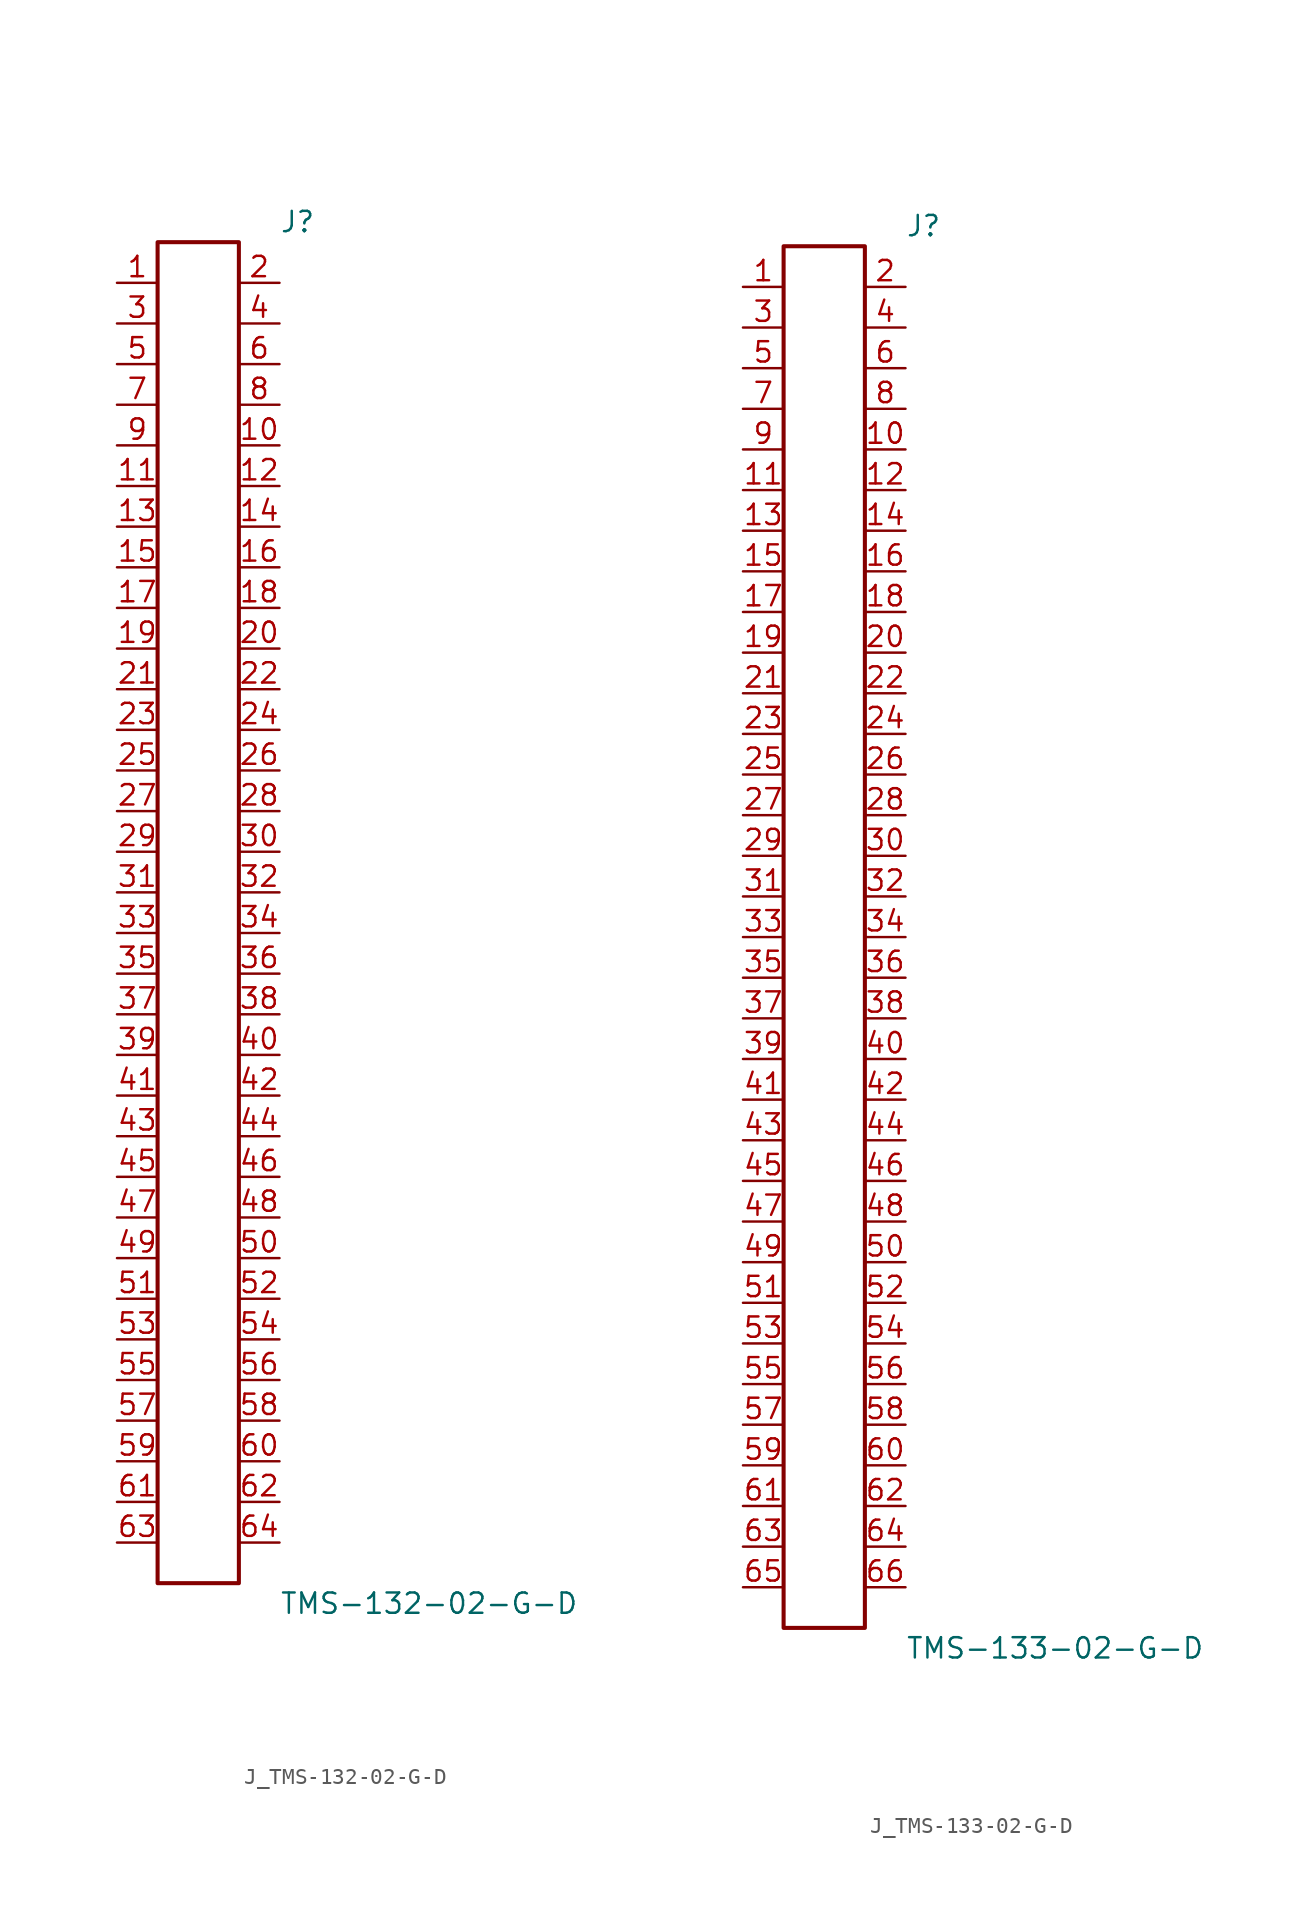
<source format=kicad_sym>
(kicad_symbol_lib
  (version 20231120)
  (generator kicad_symbol_editor)
  (generator_version 8.0)
  (symbol "J_TMS-132-02-G-D"
    (pin_names
      (offset 0.254))
    (property "Reference" "J"
      (at 5.08 43.18 0)
      (effects (font (size 1.27 1.27)) (justify left)))
    (property "Value" "TMS-132-02-G-D"
      (at 5.08 -43.18 0)
      (effects (font (size 1.27 1.27)) (justify left)))
    (symbol "J_TMS-132-02-G-D_0_0"
      (pin unspecified line (at -5.08 39.37 0) (length 2.54) (name "" (effects (font (size 1.27 1.27)))) (number "1" (effects (font (size 1.27 1.27)))))
      (pin unspecified line (at 5.08 39.37 180) (length 2.54) (name "" (effects (font (size 1.27 1.27)))) (number "2" (effects (font (size 1.27 1.27)))))
      (pin unspecified line (at -5.08 36.83 0) (length 2.54) (name "" (effects (font (size 1.27 1.27)))) (number "3" (effects (font (size 1.27 1.27)))))
      (pin unspecified line (at 5.08 36.83 180) (length 2.54) (name "" (effects (font (size 1.27 1.27)))) (number "4" (effects (font (size 1.27 1.27)))))
      (pin unspecified line (at -5.08 34.29 0) (length 2.54) (name "" (effects (font (size 1.27 1.27)))) (number "5" (effects (font (size 1.27 1.27)))))
      (pin unspecified line (at 5.08 34.29 180) (length 2.54) (name "" (effects (font (size 1.27 1.27)))) (number "6" (effects (font (size 1.27 1.27)))))
      (pin unspecified line (at -5.08 31.75 0) (length 2.54) (name "" (effects (font (size 1.27 1.27)))) (number "7" (effects (font (size 1.27 1.27)))))
      (pin unspecified line (at 5.08 31.75 180) (length 2.54) (name "" (effects (font (size 1.27 1.27)))) (number "8" (effects (font (size 1.27 1.27)))))
      (pin unspecified line (at -5.08 29.21 0) (length 2.54) (name "" (effects (font (size 1.27 1.27)))) (number "9" (effects (font (size 1.27 1.27)))))
      (pin unspecified line (at 5.08 29.21 180) (length 2.54) (name "" (effects (font (size 1.27 1.27)))) (number "10" (effects (font (size 1.27 1.27)))))
      (pin unspecified line (at -5.08 26.67 0) (length 2.54) (name "" (effects (font (size 1.27 1.27)))) (number "11" (effects (font (size 1.27 1.27)))))
      (pin unspecified line (at 5.08 26.67 180) (length 2.54) (name "" (effects (font (size 1.27 1.27)))) (number "12" (effects (font (size 1.27 1.27)))))
      (pin unspecified line (at -5.08 24.13 0) (length 2.54) (name "" (effects (font (size 1.27 1.27)))) (number "13" (effects (font (size 1.27 1.27)))))
      (pin unspecified line (at 5.08 24.13 180) (length 2.54) (name "" (effects (font (size 1.27 1.27)))) (number "14" (effects (font (size 1.27 1.27)))))
      (pin unspecified line (at -5.08 21.59 0) (length 2.54) (name "" (effects (font (size 1.27 1.27)))) (number "15" (effects (font (size 1.27 1.27)))))
      (pin unspecified line (at 5.08 21.59 180) (length 2.54) (name "" (effects (font (size 1.27 1.27)))) (number "16" (effects (font (size 1.27 1.27)))))
      (pin unspecified line (at -5.08 19.05 0) (length 2.54) (name "" (effects (font (size 1.27 1.27)))) (number "17" (effects (font (size 1.27 1.27)))))
      (pin unspecified line (at 5.08 19.05 180) (length 2.54) (name "" (effects (font (size 1.27 1.27)))) (number "18" (effects (font (size 1.27 1.27)))))
      (pin unspecified line (at -5.08 16.51 0) (length 2.54) (name "" (effects (font (size 1.27 1.27)))) (number "19" (effects (font (size 1.27 1.27)))))
      (pin unspecified line (at 5.08 16.51 180) (length 2.54) (name "" (effects (font (size 1.27 1.27)))) (number "20" (effects (font (size 1.27 1.27)))))
      (pin unspecified line (at -5.08 13.97 0) (length 2.54) (name "" (effects (font (size 1.27 1.27)))) (number "21" (effects (font (size 1.27 1.27)))))
      (pin unspecified line (at 5.08 13.97 180) (length 2.54) (name "" (effects (font (size 1.27 1.27)))) (number "22" (effects (font (size 1.27 1.27)))))
      (pin unspecified line (at -5.08 11.43 0) (length 2.54) (name "" (effects (font (size 1.27 1.27)))) (number "23" (effects (font (size 1.27 1.27)))))
      (pin unspecified line (at 5.08 11.43 180) (length 2.54) (name "" (effects (font (size 1.27 1.27)))) (number "24" (effects (font (size 1.27 1.27)))))
      (pin unspecified line (at -5.08 8.89 0) (length 2.54) (name "" (effects (font (size 1.27 1.27)))) (number "25" (effects (font (size 1.27 1.27)))))
      (pin unspecified line (at 5.08 8.89 180) (length 2.54) (name "" (effects (font (size 1.27 1.27)))) (number "26" (effects (font (size 1.27 1.27)))))
      (pin unspecified line (at -5.08 6.35 0) (length 2.54) (name "" (effects (font (size 1.27 1.27)))) (number "27" (effects (font (size 1.27 1.27)))))
      (pin unspecified line (at 5.08 6.35 180) (length 2.54) (name "" (effects (font (size 1.27 1.27)))) (number "28" (effects (font (size 1.27 1.27)))))
      (pin unspecified line (at -5.08 3.81 0) (length 2.54) (name "" (effects (font (size 1.27 1.27)))) (number "29" (effects (font (size 1.27 1.27)))))
      (pin unspecified line (at 5.08 3.81 180) (length 2.54) (name "" (effects (font (size 1.27 1.27)))) (number "30" (effects (font (size 1.27 1.27)))))
      (pin unspecified line (at -5.08 1.27 0) (length 2.54) (name "" (effects (font (size 1.27 1.27)))) (number "31" (effects (font (size 1.27 1.27)))))
      (pin unspecified line (at 5.08 1.27 180) (length 2.54) (name "" (effects (font (size 1.27 1.27)))) (number "32" (effects (font (size 1.27 1.27)))))
      (pin unspecified line (at -5.08 -1.27 0) (length 2.54) (name "" (effects (font (size 1.27 1.27)))) (number "33" (effects (font (size 1.27 1.27)))))
      (pin unspecified line (at 5.08 -1.27 180) (length 2.54) (name "" (effects (font (size 1.27 1.27)))) (number "34" (effects (font (size 1.27 1.27)))))
      (pin unspecified line (at -5.08 -3.81 0) (length 2.54) (name "" (effects (font (size 1.27 1.27)))) (number "35" (effects (font (size 1.27 1.27)))))
      (pin unspecified line (at 5.08 -3.81 180) (length 2.54) (name "" (effects (font (size 1.27 1.27)))) (number "36" (effects (font (size 1.27 1.27)))))
      (pin unspecified line (at -5.08 -6.35 0) (length 2.54) (name "" (effects (font (size 1.27 1.27)))) (number "37" (effects (font (size 1.27 1.27)))))
      (pin unspecified line (at 5.08 -6.35 180) (length 2.54) (name "" (effects (font (size 1.27 1.27)))) (number "38" (effects (font (size 1.27 1.27)))))
      (pin unspecified line (at -5.08 -8.89 0) (length 2.54) (name "" (effects (font (size 1.27 1.27)))) (number "39" (effects (font (size 1.27 1.27)))))
      (pin unspecified line (at 5.08 -8.89 180) (length 2.54) (name "" (effects (font (size 1.27 1.27)))) (number "40" (effects (font (size 1.27 1.27)))))
      (pin unspecified line (at -5.08 -11.43 0) (length 2.54) (name "" (effects (font (size 1.27 1.27)))) (number "41" (effects (font (size 1.27 1.27)))))
      (pin unspecified line (at 5.08 -11.43 180) (length 2.54) (name "" (effects (font (size 1.27 1.27)))) (number "42" (effects (font (size 1.27 1.27)))))
      (pin unspecified line (at -5.08 -13.97 0) (length 2.54) (name "" (effects (font (size 1.27 1.27)))) (number "43" (effects (font (size 1.27 1.27)))))
      (pin unspecified line (at 5.08 -13.97 180) (length 2.54) (name "" (effects (font (size 1.27 1.27)))) (number "44" (effects (font (size 1.27 1.27)))))
      (pin unspecified line (at -5.08 -16.51 0) (length 2.54) (name "" (effects (font (size 1.27 1.27)))) (number "45" (effects (font (size 1.27 1.27)))))
      (pin unspecified line (at 5.08 -16.51 180) (length 2.54) (name "" (effects (font (size 1.27 1.27)))) (number "46" (effects (font (size 1.27 1.27)))))
      (pin unspecified line (at -5.08 -19.05 0) (length 2.54) (name "" (effects (font (size 1.27 1.27)))) (number "47" (effects (font (size 1.27 1.27)))))
      (pin unspecified line (at 5.08 -19.05 180) (length 2.54) (name "" (effects (font (size 1.27 1.27)))) (number "48" (effects (font (size 1.27 1.27)))))
      (pin unspecified line (at -5.08 -21.59 0) (length 2.54) (name "" (effects (font (size 1.27 1.27)))) (number "49" (effects (font (size 1.27 1.27)))))
      (pin unspecified line (at 5.08 -21.59 180) (length 2.54) (name "" (effects (font (size 1.27 1.27)))) (number "50" (effects (font (size 1.27 1.27)))))
      (pin unspecified line (at -5.08 -24.13 0) (length 2.54) (name "" (effects (font (size 1.27 1.27)))) (number "51" (effects (font (size 1.27 1.27)))))
      (pin unspecified line (at 5.08 -24.13 180) (length 2.54) (name "" (effects (font (size 1.27 1.27)))) (number "52" (effects (font (size 1.27 1.27)))))
      (pin unspecified line (at -5.08 -26.67 0) (length 2.54) (name "" (effects (font (size 1.27 1.27)))) (number "53" (effects (font (size 1.27 1.27)))))
      (pin unspecified line (at 5.08 -26.67 180) (length 2.54) (name "" (effects (font (size 1.27 1.27)))) (number "54" (effects (font (size 1.27 1.27)))))
      (pin unspecified line (at -5.08 -29.21 0) (length 2.54) (name "" (effects (font (size 1.27 1.27)))) (number "55" (effects (font (size 1.27 1.27)))))
      (pin unspecified line (at 5.08 -29.21 180) (length 2.54) (name "" (effects (font (size 1.27 1.27)))) (number "56" (effects (font (size 1.27 1.27)))))
      (pin unspecified line (at -5.08 -31.75 0) (length 2.54) (name "" (effects (font (size 1.27 1.27)))) (number "57" (effects (font (size 1.27 1.27)))))
      (pin unspecified line (at 5.08 -31.75 180) (length 2.54) (name "" (effects (font (size 1.27 1.27)))) (number "58" (effects (font (size 1.27 1.27)))))
      (pin unspecified line (at -5.08 -34.29 0) (length 2.54) (name "" (effects (font (size 1.27 1.27)))) (number "59" (effects (font (size 1.27 1.27)))))
      (pin unspecified line (at 5.08 -34.29 180) (length 2.54) (name "" (effects (font (size 1.27 1.27)))) (number "60" (effects (font (size 1.27 1.27)))))
      (pin unspecified line (at -5.08 -36.83 0) (length 2.54) (name "" (effects (font (size 1.27 1.27)))) (number "61" (effects (font (size 1.27 1.27)))))
      (pin unspecified line (at 5.08 -36.83 180) (length 2.54) (name "" (effects (font (size 1.27 1.27)))) (number "62" (effects (font (size 1.27 1.27)))))
      (pin unspecified line (at -5.08 -39.37 0) (length 2.54) (name "" (effects (font (size 1.27 1.27)))) (number "63" (effects (font (size 1.27 1.27)))))
      (pin unspecified line (at 5.08 -39.37 180) (length 2.54) (name "" (effects (font (size 1.27 1.27)))) (number "64" (effects (font (size 1.27 1.27))))))
    (symbol "J_TMS-132-02-G-D_1_0"
      (rectangle (start -2.54 41.91) (end 2.54 -41.91) (stroke (width 0.254) (type solid)) (fill (type none)))))
  (symbol "J_TMS-133-02-G-D"
    (pin_names
      (offset 0.254))
    (property "Reference" "J"
      (at 5.08 44.45 0)
      (effects (font (size 1.27 1.27)) (justify left)))
    (property "Value" "TMS-133-02-G-D"
      (at 5.08 -44.45 0)
      (effects (font (size 1.27 1.27)) (justify left)))
    (symbol "J_TMS-133-02-G-D_0_0"
      (pin unspecified line (at -5.08 40.64 0) (length 2.54) (name "" (effects (font (size 1.27 1.27)))) (number "1" (effects (font (size 1.27 1.27)))))
      (pin unspecified line (at 5.08 40.64 180) (length 2.54) (name "" (effects (font (size 1.27 1.27)))) (number "2" (effects (font (size 1.27 1.27)))))
      (pin unspecified line (at -5.08 38.1 0) (length 2.54) (name "" (effects (font (size 1.27 1.27)))) (number "3" (effects (font (size 1.27 1.27)))))
      (pin unspecified line (at 5.08 38.1 180) (length 2.54) (name "" (effects (font (size 1.27 1.27)))) (number "4" (effects (font (size 1.27 1.27)))))
      (pin unspecified line (at -5.08 35.56 0) (length 2.54) (name "" (effects (font (size 1.27 1.27)))) (number "5" (effects (font (size 1.27 1.27)))))
      (pin unspecified line (at 5.08 35.56 180) (length 2.54) (name "" (effects (font (size 1.27 1.27)))) (number "6" (effects (font (size 1.27 1.27)))))
      (pin unspecified line (at -5.08 33.02 0) (length 2.54) (name "" (effects (font (size 1.27 1.27)))) (number "7" (effects (font (size 1.27 1.27)))))
      (pin unspecified line (at 5.08 33.02 180) (length 2.54) (name "" (effects (font (size 1.27 1.27)))) (number "8" (effects (font (size 1.27 1.27)))))
      (pin unspecified line (at -5.08 30.48 0) (length 2.54) (name "" (effects (font (size 1.27 1.27)))) (number "9" (effects (font (size 1.27 1.27)))))
      (pin unspecified line (at 5.08 30.48 180) (length 2.54) (name "" (effects (font (size 1.27 1.27)))) (number "10" (effects (font (size 1.27 1.27)))))
      (pin unspecified line (at -5.08 27.94 0) (length 2.54) (name "" (effects (font (size 1.27 1.27)))) (number "11" (effects (font (size 1.27 1.27)))))
      (pin unspecified line (at 5.08 27.94 180) (length 2.54) (name "" (effects (font (size 1.27 1.27)))) (number "12" (effects (font (size 1.27 1.27)))))
      (pin unspecified line (at -5.08 25.4 0) (length 2.54) (name "" (effects (font (size 1.27 1.27)))) (number "13" (effects (font (size 1.27 1.27)))))
      (pin unspecified line (at 5.08 25.4 180) (length 2.54) (name "" (effects (font (size 1.27 1.27)))) (number "14" (effects (font (size 1.27 1.27)))))
      (pin unspecified line (at -5.08 22.86 0) (length 2.54) (name "" (effects (font (size 1.27 1.27)))) (number "15" (effects (font (size 1.27 1.27)))))
      (pin unspecified line (at 5.08 22.86 180) (length 2.54) (name "" (effects (font (size 1.27 1.27)))) (number "16" (effects (font (size 1.27 1.27)))))
      (pin unspecified line (at -5.08 20.32 0) (length 2.54) (name "" (effects (font (size 1.27 1.27)))) (number "17" (effects (font (size 1.27 1.27)))))
      (pin unspecified line (at 5.08 20.32 180) (length 2.54) (name "" (effects (font (size 1.27 1.27)))) (number "18" (effects (font (size 1.27 1.27)))))
      (pin unspecified line (at -5.08 17.78 0) (length 2.54) (name "" (effects (font (size 1.27 1.27)))) (number "19" (effects (font (size 1.27 1.27)))))
      (pin unspecified line (at 5.08 17.78 180) (length 2.54) (name "" (effects (font (size 1.27 1.27)))) (number "20" (effects (font (size 1.27 1.27)))))
      (pin unspecified line (at -5.08 15.24 0) (length 2.54) (name "" (effects (font (size 1.27 1.27)))) (number "21" (effects (font (size 1.27 1.27)))))
      (pin unspecified line (at 5.08 15.24 180) (length 2.54) (name "" (effects (font (size 1.27 1.27)))) (number "22" (effects (font (size 1.27 1.27)))))
      (pin unspecified line (at -5.08 12.7 0) (length 2.54) (name "" (effects (font (size 1.27 1.27)))) (number "23" (effects (font (size 1.27 1.27)))))
      (pin unspecified line (at 5.08 12.7 180) (length 2.54) (name "" (effects (font (size 1.27 1.27)))) (number "24" (effects (font (size 1.27 1.27)))))
      (pin unspecified line (at -5.08 10.16 0) (length 2.54) (name "" (effects (font (size 1.27 1.27)))) (number "25" (effects (font (size 1.27 1.27)))))
      (pin unspecified line (at 5.08 10.16 180) (length 2.54) (name "" (effects (font (size 1.27 1.27)))) (number "26" (effects (font (size 1.27 1.27)))))
      (pin unspecified line (at -5.08 7.62 0) (length 2.54) (name "" (effects (font (size 1.27 1.27)))) (number "27" (effects (font (size 1.27 1.27)))))
      (pin unspecified line (at 5.08 7.62 180) (length 2.54) (name "" (effects (font (size 1.27 1.27)))) (number "28" (effects (font (size 1.27 1.27)))))
      (pin unspecified line (at -5.08 5.08 0) (length 2.54) (name "" (effects (font (size 1.27 1.27)))) (number "29" (effects (font (size 1.27 1.27)))))
      (pin unspecified line (at 5.08 5.08 180) (length 2.54) (name "" (effects (font (size 1.27 1.27)))) (number "30" (effects (font (size 1.27 1.27)))))
      (pin unspecified line (at -5.08 2.54 0) (length 2.54) (name "" (effects (font (size 1.27 1.27)))) (number "31" (effects (font (size 1.27 1.27)))))
      (pin unspecified line (at 5.08 2.54 180) (length 2.54) (name "" (effects (font (size 1.27 1.27)))) (number "32" (effects (font (size 1.27 1.27)))))
      (pin unspecified line (at -5.08 0.0 0) (length 2.54) (name "" (effects (font (size 1.27 1.27)))) (number "33" (effects (font (size 1.27 1.27)))))
      (pin unspecified line (at 5.08 0.0 180) (length 2.54) (name "" (effects (font (size 1.27 1.27)))) (number "34" (effects (font (size 1.27 1.27)))))
      (pin unspecified line (at -5.08 -2.54 0) (length 2.54) (name "" (effects (font (size 1.27 1.27)))) (number "35" (effects (font (size 1.27 1.27)))))
      (pin unspecified line (at 5.08 -2.54 180) (length 2.54) (name "" (effects (font (size 1.27 1.27)))) (number "36" (effects (font (size 1.27 1.27)))))
      (pin unspecified line (at -5.08 -5.08 0) (length 2.54) (name "" (effects (font (size 1.27 1.27)))) (number "37" (effects (font (size 1.27 1.27)))))
      (pin unspecified line (at 5.08 -5.08 180) (length 2.54) (name "" (effects (font (size 1.27 1.27)))) (number "38" (effects (font (size 1.27 1.27)))))
      (pin unspecified line (at -5.08 -7.62 0) (length 2.54) (name "" (effects (font (size 1.27 1.27)))) (number "39" (effects (font (size 1.27 1.27)))))
      (pin unspecified line (at 5.08 -7.62 180) (length 2.54) (name "" (effects (font (size 1.27 1.27)))) (number "40" (effects (font (size 1.27 1.27)))))
      (pin unspecified line (at -5.08 -10.16 0) (length 2.54) (name "" (effects (font (size 1.27 1.27)))) (number "41" (effects (font (size 1.27 1.27)))))
      (pin unspecified line (at 5.08 -10.16 180) (length 2.54) (name "" (effects (font (size 1.27 1.27)))) (number "42" (effects (font (size 1.27 1.27)))))
      (pin unspecified line (at -5.08 -12.7 0) (length 2.54) (name "" (effects (font (size 1.27 1.27)))) (number "43" (effects (font (size 1.27 1.27)))))
      (pin unspecified line (at 5.08 -12.7 180) (length 2.54) (name "" (effects (font (size 1.27 1.27)))) (number "44" (effects (font (size 1.27 1.27)))))
      (pin unspecified line (at -5.08 -15.24 0) (length 2.54) (name "" (effects (font (size 1.27 1.27)))) (number "45" (effects (font (size 1.27 1.27)))))
      (pin unspecified line (at 5.08 -15.24 180) (length 2.54) (name "" (effects (font (size 1.27 1.27)))) (number "46" (effects (font (size 1.27 1.27)))))
      (pin unspecified line (at -5.08 -17.78 0) (length 2.54) (name "" (effects (font (size 1.27 1.27)))) (number "47" (effects (font (size 1.27 1.27)))))
      (pin unspecified line (at 5.08 -17.78 180) (length 2.54) (name "" (effects (font (size 1.27 1.27)))) (number "48" (effects (font (size 1.27 1.27)))))
      (pin unspecified line (at -5.08 -20.32 0) (length 2.54) (name "" (effects (font (size 1.27 1.27)))) (number "49" (effects (font (size 1.27 1.27)))))
      (pin unspecified line (at 5.08 -20.32 180) (length 2.54) (name "" (effects (font (size 1.27 1.27)))) (number "50" (effects (font (size 1.27 1.27)))))
      (pin unspecified line (at -5.08 -22.86 0) (length 2.54) (name "" (effects (font (size 1.27 1.27)))) (number "51" (effects (font (size 1.27 1.27)))))
      (pin unspecified line (at 5.08 -22.86 180) (length 2.54) (name "" (effects (font (size 1.27 1.27)))) (number "52" (effects (font (size 1.27 1.27)))))
      (pin unspecified line (at -5.08 -25.4 0) (length 2.54) (name "" (effects (font (size 1.27 1.27)))) (number "53" (effects (font (size 1.27 1.27)))))
      (pin unspecified line (at 5.08 -25.4 180) (length 2.54) (name "" (effects (font (size 1.27 1.27)))) (number "54" (effects (font (size 1.27 1.27)))))
      (pin unspecified line (at -5.08 -27.94 0) (length 2.54) (name "" (effects (font (size 1.27 1.27)))) (number "55" (effects (font (size 1.27 1.27)))))
      (pin unspecified line (at 5.08 -27.94 180) (length 2.54) (name "" (effects (font (size 1.27 1.27)))) (number "56" (effects (font (size 1.27 1.27)))))
      (pin unspecified line (at -5.08 -30.48 0) (length 2.54) (name "" (effects (font (size 1.27 1.27)))) (number "57" (effects (font (size 1.27 1.27)))))
      (pin unspecified line (at 5.08 -30.48 180) (length 2.54) (name "" (effects (font (size 1.27 1.27)))) (number "58" (effects (font (size 1.27 1.27)))))
      (pin unspecified line (at -5.08 -33.02 0) (length 2.54) (name "" (effects (font (size 1.27 1.27)))) (number "59" (effects (font (size 1.27 1.27)))))
      (pin unspecified line (at 5.08 -33.02 180) (length 2.54) (name "" (effects (font (size 1.27 1.27)))) (number "60" (effects (font (size 1.27 1.27)))))
      (pin unspecified line (at -5.08 -35.56 0) (length 2.54) (name "" (effects (font (size 1.27 1.27)))) (number "61" (effects (font (size 1.27 1.27)))))
      (pin unspecified line (at 5.08 -35.56 180) (length 2.54) (name "" (effects (font (size 1.27 1.27)))) (number "62" (effects (font (size 1.27 1.27)))))
      (pin unspecified line (at -5.08 -38.1 0) (length 2.54) (name "" (effects (font (size 1.27 1.27)))) (number "63" (effects (font (size 1.27 1.27)))))
      (pin unspecified line (at 5.08 -38.1 180) (length 2.54) (name "" (effects (font (size 1.27 1.27)))) (number "64" (effects (font (size 1.27 1.27)))))
      (pin unspecified line (at -5.08 -40.64 0) (length 2.54) (name "" (effects (font (size 1.27 1.27)))) (number "65" (effects (font (size 1.27 1.27)))))
      (pin unspecified line (at 5.08 -40.64 180) (length 2.54) (name "" (effects (font (size 1.27 1.27)))) (number "66" (effects (font (size 1.27 1.27))))))
    (symbol "J_TMS-133-02-G-D_1_0"
      (rectangle (start -2.54 43.18) (end 2.54 -43.18) (stroke (width 0.254) (type solid)) (fill (type none))))))
</source>
